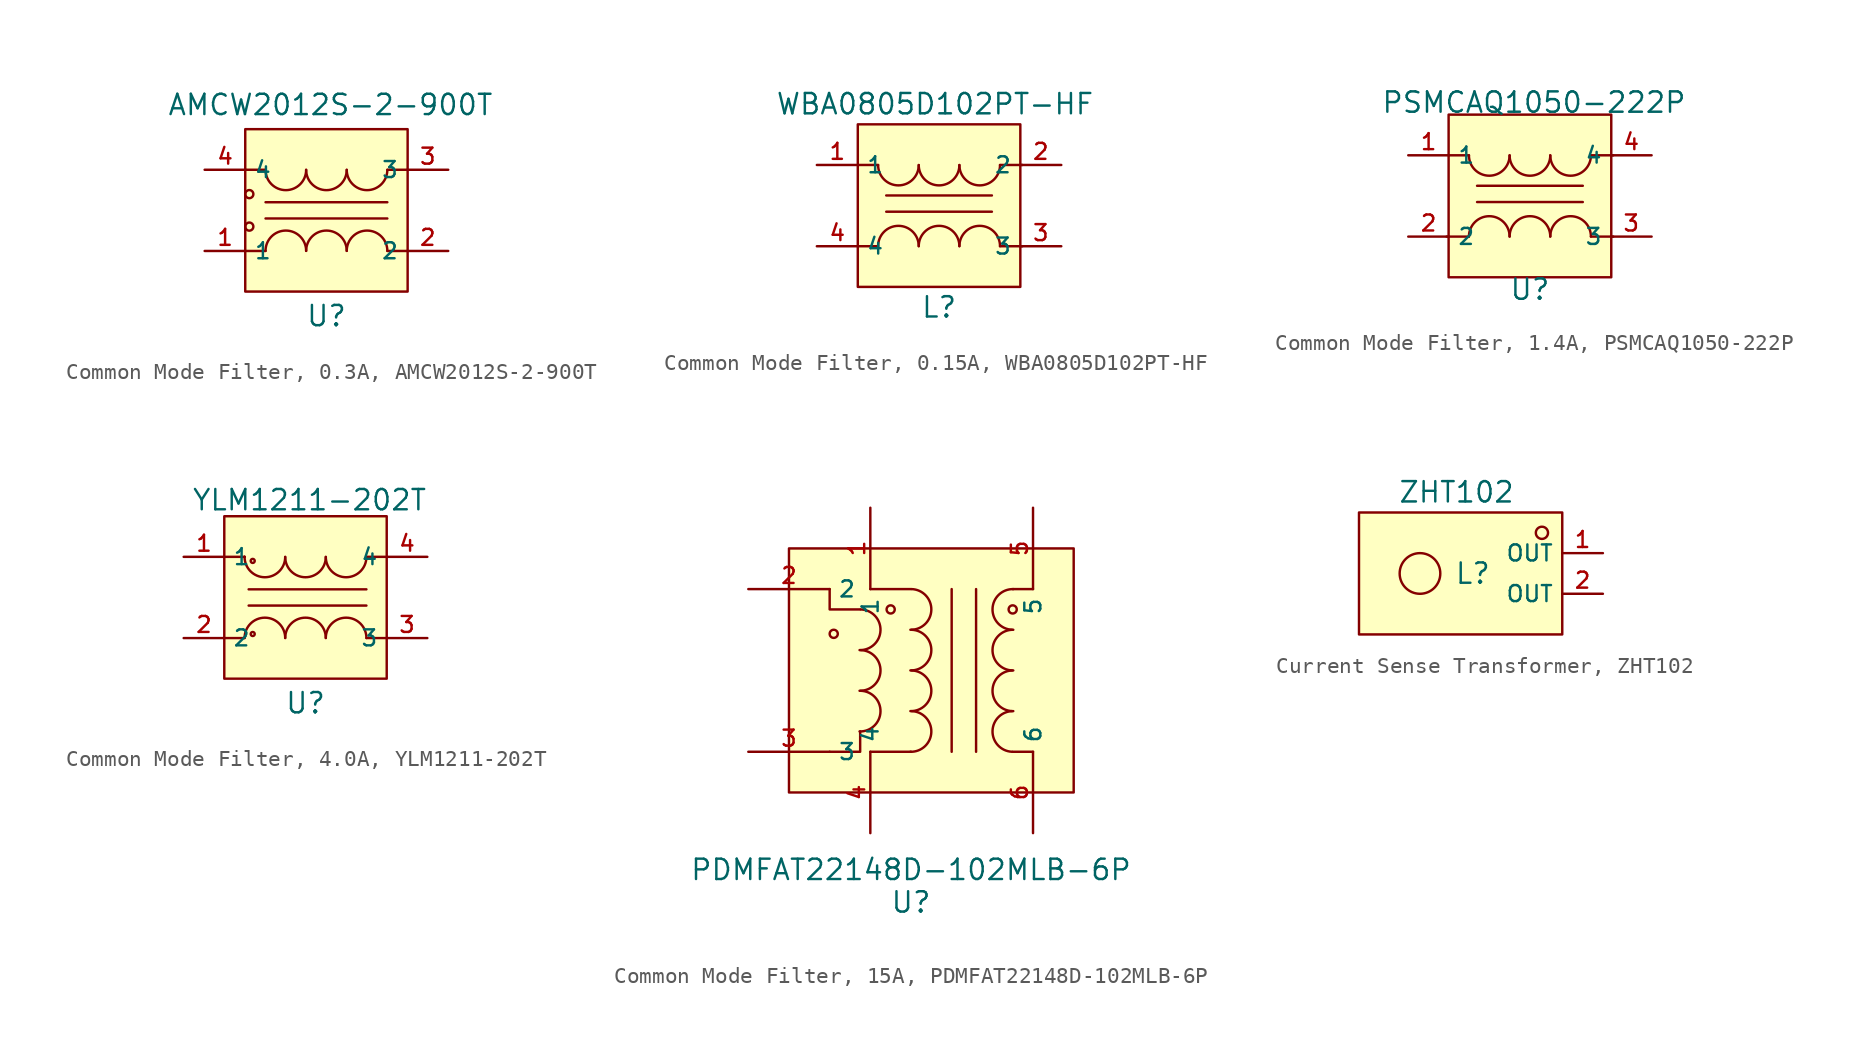
<source format=kicad_sym>
(kicad_symbol_lib
  (version 20231120)
  (generator "kicad_symbol_editor")
  (generator_version "8.0")
  (symbol "Common Mode Filter, 0.3A, AMCW2012S-2-900T"
    (property "Reference" "U"
      (at 0 -6.604 0)
      (effects (font (size 1.27 1.27))))
    (property "Value" "AMCW2012S-2-900T"
      (at 0.254 6.604 0)
      (effects (font (size 1.27 1.27))))
    (symbol "Common Mode Filter, 0.3A, AMCW2012S-2-900T_0_1"
      (circle (center -4.826 -1.016) (radius 0.254) (stroke (width 0) (type default)) (fill (type background)))
      (circle (center -4.826 1.016) (radius 0.254) (stroke (width 0) (type default)) (fill (type background)))
      (arc (start -3.81 2.5345) (mid -2.54 1.27) (end -1.27 2.5345) (stroke (width 0) (type default)) (fill (type none)))
      (arc (start -1.27 -2.5345) (mid -2.54 -1.27) (end -3.81 -2.5345) (stroke (width 0) (type default)) (fill (type none)))
      (arc (start -1.27 2.5345) (mid 0 1.27) (end 1.27 2.5345) (stroke (width 0) (type default)) (fill (type none)))
      (polyline (pts (xy -3.81 -2.54) (xy -5.08 -2.54)) (stroke (width 0) (type default)) (fill (type none)))
      (polyline (pts (xy -3.81 -0.508) (xy 3.81 -0.508)) (stroke (width 0) (type default)) (fill (type none)))
      (polyline (pts (xy -3.81 0.508) (xy 3.81 0.508)) (stroke (width 0) (type default)) (fill (type none)))
      (polyline (pts (xy -3.81 2.54) (xy -5.08 2.54)) (stroke (width 0) (type default)) (fill (type none)))
      (polyline (pts (xy 5.08 -2.54) (xy 3.81 -2.54)) (stroke (width 0) (type default)) (fill (type none)))
      (polyline (pts (xy 5.08 2.54) (xy 3.81 2.54)) (stroke (width 0) (type default)) (fill (type none)))
      (arc (start 1.27 -2.5345) (mid 0 -1.27) (end -1.27 -2.5345) (stroke (width 0) (type default)) (fill (type none)))
      (arc (start 1.27 2.5345) (mid 2.54 1.27) (end 3.81 2.5345) (stroke (width 0) (type default)) (fill (type none)))
      (arc (start 3.81 -2.5345) (mid 2.54 -1.27) (end 1.27 -2.5345) (stroke (width 0) (type default)) (fill (type none))))
    (symbol "Common Mode Filter, 0.3A, AMCW2012S-2-900T_1_1"
      (rectangle (start -5.08 5.08) (end 5.08 -5.08) (stroke (width 0) (type default)) (fill (type background)))
      (pin unspecified line (at -7.62 -2.54 0) (length 2.56) (name "1" (effects (font (size 1 1)))) (number "1" (effects (font (size 1 1)))))
      (pin unspecified line (at 7.62 -2.54 180) (length 2.56) (name "2" (effects (font (size 1 1)))) (number "2" (effects (font (size 1 1)))))
      (pin unspecified line (at 7.62 2.54 180) (length 2.56) (name "3" (effects (font (size 1 1)))) (number "3" (effects (font (size 1 1)))))
      (pin unspecified line (at -7.62 2.54 0) (length 2.56) (name "4" (effects (font (size 1 1)))) (number "4" (effects (font (size 1 1)))))))
  (symbol "Common Mode Filter, 0.15A, WBA0805D102PT-HF"
    (property "Reference" "L"
      (at 0 -6.35 0)
      (effects (font (size 1.27 1.27))))
    (property "Value" "WBA0805D102PT-HF"
      (at -0.254 6.35 0)
      (effects (font (size 1.27 1.27))))
    (symbol "Common Mode Filter, 0.15A, WBA0805D102PT-HF_0_1"
      (arc (start -3.81 2.5345) (mid -2.54 1.27) (end -1.27 2.5345) (stroke (width 0) (type default)) (fill (type none)))
      (arc (start -1.27 -2.5345) (mid -2.54 -1.27) (end -3.81 -2.5345) (stroke (width 0) (type default)) (fill (type none)))
      (arc (start -1.27 2.5345) (mid 0 1.27) (end 1.27 2.5345) (stroke (width 0) (type default)) (fill (type none)))
      (polyline (pts (xy -5.08 2.54) (xy -3.81 2.54)) (stroke (width 0) (type default)) (fill (type none)))
      (polyline (pts (xy -3.81 -2.54) (xy -5.08 -2.54)) (stroke (width 0) (type default)) (fill (type none)))
      (polyline (pts (xy -3.302 -0.381) (xy 3.302 -0.381)) (stroke (width 0) (type default)) (fill (type none)))
      (polyline (pts (xy -3.302 0.635) (xy 3.302 0.635)) (stroke (width 0) (type default)) (fill (type none)))
      (polyline (pts (xy 3.81 -2.54) (xy 5.207 -2.54)) (stroke (width 0) (type default)) (fill (type none)))
      (polyline (pts (xy 3.81 2.54) (xy 5.207 2.54)) (stroke (width 0) (type default)) (fill (type none)))
      (arc (start 1.27 -2.5345) (mid 0 -1.27) (end -1.27 -2.5345) (stroke (width 0) (type default)) (fill (type none)))
      (arc (start 1.27 2.5345) (mid 2.54 1.27) (end 3.81 2.5345) (stroke (width 0) (type default)) (fill (type none)))
      (arc (start 3.81 -2.5345) (mid 2.54 -1.27) (end 1.27 -2.5345) (stroke (width 0) (type default)) (fill (type none))))
    (symbol "Common Mode Filter, 0.15A, WBA0805D102PT-HF_1_1"
      (rectangle (start -5.08 5.08) (end 5.08 -5.08) (stroke (width 0) (type default)) (fill (type background)))
      (pin unspecified line (at -7.64 2.54 0) (length 2.56) (name "1" (effects (font (size 1 1)))) (number "1" (effects (font (size 1 1)))))
      (pin unspecified line (at 7.64 2.54 180) (length 2.56) (name "2" (effects (font (size 1 1)))) (number "2" (effects (font (size 1 1)))))
      (pin unspecified line (at 7.64 -2.54 180) (length 2.56) (name "3" (effects (font (size 1 1)))) (number "3" (effects (font (size 1 1)))))
      (pin unspecified line (at -7.64 -2.54 0) (length 2.56) (name "4" (effects (font (size 1 1)))) (number "4" (effects (font (size 1 1)))))))
  (symbol "Common Mode Filter, 1.4A, PSMCAQ1050-222P"
    (property "Reference" "U"
      (at 0 -5.842 0)
      (effects (font (size 1.27 1.27))))
    (property "Value" "PSMCAQ1050-222P"
      (at 0.254 5.842 0)
      (effects (font (size 1.27 1.27))))
    (symbol "Common Mode Filter, 1.4A, PSMCAQ1050-222P_0_1"
      (arc (start -3.81 2.5345) (mid -2.54 1.27) (end -1.27 2.5345) (stroke (width 0) (type default)) (fill (type none)))
      (arc (start -1.27 -2.5345) (mid -2.54 -1.27) (end -3.81 -2.5345) (stroke (width 0) (type default)) (fill (type none)))
      (arc (start -1.27 2.5345) (mid 0 1.27) (end 1.27 2.5345) (stroke (width 0) (type default)) (fill (type none)))
      (polyline (pts (xy -5.08 2.54) (xy -3.81 2.54)) (stroke (width 0) (type default)) (fill (type none)))
      (polyline (pts (xy -3.81 -2.54) (xy -5.207 -2.54)) (stroke (width 0) (type default)) (fill (type none)))
      (polyline (pts (xy -3.302 -0.381) (xy 3.302 -0.381)) (stroke (width 0) (type default)) (fill (type none)))
      (polyline (pts (xy -3.302 0.635) (xy 3.302 0.635)) (stroke (width 0) (type default)) (fill (type none)))
      (polyline (pts (xy 3.81 -2.54) (xy 5.207 -2.54)) (stroke (width 0) (type default)) (fill (type none)))
      (polyline (pts (xy 3.81 2.54) (xy 5.207 2.54)) (stroke (width 0) (type default)) (fill (type none)))
      (arc (start 1.27 -2.5345) (mid 0 -1.27) (end -1.27 -2.5345) (stroke (width 0) (type default)) (fill (type none)))
      (arc (start 1.27 2.5345) (mid 2.54 1.27) (end 3.81 2.5345) (stroke (width 0) (type default)) (fill (type none)))
      (arc (start 3.81 -2.5345) (mid 2.54 -1.27) (end 1.27 -2.5345) (stroke (width 0) (type default)) (fill (type none))))
    (symbol "Common Mode Filter, 1.4A, PSMCAQ1050-222P_1_1"
      (rectangle (start -5.08 5.08) (end 5.08 -5.08) (stroke (width 0) (type default)) (fill (type background)))
      (pin unspecified line (at -7.6 2.54 0) (length 2.54) (name "1" (effects (font (size 1 1)))) (number "1" (effects (font (size 1 1)))))
      (pin unspecified line (at -7.6 -2.54 0) (length 2.54) (name "2" (effects (font (size 1 1)))) (number "2" (effects (font (size 1 1)))))
      (pin unspecified line (at 7.6 -2.54 180) (length 2.54) (name "3" (effects (font (size 1 1)))) (number "3" (effects (font (size 1 1)))))
      (pin unspecified line (at 7.6 2.54 180) (length 2.54) (name "4" (effects (font (size 1 1)))) (number "4" (effects (font (size 1 1)))))))
  (symbol "Common Mode Filter, 4.0A, YLM1211-202T"
    (property "Reference" "U"
      (at 0 -6.604 0)
      (effects (font (size 1.27 1.27))))
    (property "Value" "YLM1211-202T"
      (at 0.254 6.096 0)
      (effects (font (size 1.27 1.27))))
    (symbol "Common Mode Filter, 4.0A, YLM1211-202T_0_1"
      (arc (start -3.81 2.5345) (mid -2.54 1.27) (end -1.27 2.5345) (stroke (width 0) (type default)) (fill (type none)))
      (circle (center -3.302 -2.286) (radius 0.127) (stroke (width 0) (type default)) (fill (type background)))
      (circle (center -3.302 2.286) (radius 0.127) (stroke (width 0) (type default)) (fill (type background)))
      (arc (start -1.27 -2.5345) (mid -2.54 -1.27) (end -3.81 -2.5345) (stroke (width 0) (type default)) (fill (type none)))
      (arc (start -1.27 2.5345) (mid 0 1.27) (end 1.27 2.5345) (stroke (width 0) (type default)) (fill (type none)))
      (polyline (pts (xy -3.81 -2.54) (xy -5.08 -2.54)) (stroke (width 0) (type default)) (fill (type none)))
      (polyline (pts (xy -3.81 2.54) (xy -5.08 2.54)) (stroke (width 0) (type default)) (fill (type none)))
      (polyline (pts (xy -3.81 2.54) (xy -3.81 2.54)) (stroke (width 0) (type default)) (fill (type none)))
      (polyline (pts (xy -3.81 2.54) (xy -3.81 2.54)) (stroke (width 0) (type default)) (fill (type none)))
      (polyline (pts (xy -3.556 -0.508) (xy 3.81 -0.508)) (stroke (width 0) (type default)) (fill (type none)))
      (polyline (pts (xy -3.556 0.508) (xy 3.81 0.508)) (stroke (width 0) (type default)) (fill (type none)))
      (polyline (pts (xy 3.81 2.54) (xy 5.08 2.54)) (stroke (width 0) (type default)) (fill (type none)))
      (polyline (pts (xy 5.08 -2.54) (xy 3.81 -2.54)) (stroke (width 0) (type default)) (fill (type none)))
      (arc (start 1.27 -2.5345) (mid 0 -1.27) (end -1.27 -2.5345) (stroke (width 0) (type default)) (fill (type none)))
      (arc (start 1.27 2.5345) (mid 2.54 1.27) (end 3.81 2.5345) (stroke (width 0) (type default)) (fill (type none)))
      (arc (start 3.81 -2.5345) (mid 2.54 -1.27) (end 1.27 -2.5345) (stroke (width 0) (type default)) (fill (type none))))
    (symbol "Common Mode Filter, 4.0A, YLM1211-202T_1_1"
      (rectangle (start -5.08 5.08) (end 5.08 -5.08) (stroke (width 0) (type default)) (fill (type background)))
      (pin unspecified line (at -7.62 2.54 0) (length 2.54) (name "1" (effects (font (size 1 1)))) (number "1" (effects (font (size 1 1)))))
      (pin unspecified line (at -7.62 -2.54 0) (length 2.54) (name "2" (effects (font (size 1 1)))) (number "2" (effects (font (size 1 1)))))
      (pin unspecified line (at 7.62 -2.54 180) (length 2.54) (name "3" (effects (font (size 1 1)))) (number "3" (effects (font (size 1 1)))))
      (pin unspecified line (at 7.62 2.54 180) (length 2.54) (name "4" (effects (font (size 1 1)))) (number "4" (effects (font (size 1 1)))))))
  (symbol "Common Mode Filter, 15A, PDMFAT22148D-102MLB-6P"
    (property "Reference" "U"
      (at 0 -14.478 0)
      (effects (font (size 1.27 1.27))))
    (property "Value" "PDMFAT22148D-102MLB-6P"
      (at 0 -12.446 0)
      (effects (font (size 1.27 1.27))))
    (symbol "Common Mode Filter, 15A, PDMFAT22148D-102MLB-6P_0_1"
      (circle (center -4.826 2.286) (radius 0.254) (stroke (width 0) (type default)) (fill (type background)))
      (arc (start -3.2125 -3.8095) (mid -1.9055 -2.5775) (end -3.1375 -1.2706) (stroke (width 0) (type default)) (fill (type none)))
      (arc (start -3.2125 -1.2694) (mid -1.9056 -0.0375) (end -3.1375 1.2695) (stroke (width 0) (type default)) (fill (type none)))
      (arc (start -3.2125 1.2706) (mid -1.9056 2.5025) (end -3.1375 3.8095) (stroke (width 0) (type default)) (fill (type none)))
      (circle (center -1.27 3.81) (radius 0.254) (stroke (width 0) (type default)) (fill (type background)))
      (arc (start -0.0375 -5.0795) (mid 1.2695 -3.8475) (end 0.0375 -2.5406) (stroke (width 0) (type default)) (fill (type none)))
      (arc (start -0.0375 -2.5395) (mid 1.2695 -1.3075) (end 0.0375 -0.0006) (stroke (width 0) (type default)) (fill (type none)))
      (arc (start -0.0375 0.0005) (mid 1.2695 1.2325) (end 0.0375 2.5394) (stroke (width 0) (type default)) (fill (type none)))
      (arc (start -0.0375 2.5405) (mid 1.2695 3.7725) (end 0.0375 5.0794) (stroke (width 0) (type default)) (fill (type none)))
      (polyline (pts (xy -2.54 -5.08) (xy 0 -5.08)) (stroke (width 0) (type default)) (fill (type none)))
      (polyline (pts (xy -2.54 5.08) (xy 0 5.08)) (stroke (width 0) (type default)) (fill (type none)))
      (polyline (pts (xy 2.54 5.08) (xy 2.54 -5.08)) (stroke (width 0) (type default)) (fill (type none)))
      (polyline (pts (xy 4.064 5.08) (xy 4.064 -5.08)) (stroke (width 0) (type default)) (fill (type none)))
      (polyline (pts (xy 7.62 -5.08) (xy 6.35 -5.08)) (stroke (width 0) (type default)) (fill (type none)))
      (polyline (pts (xy 7.62 5.08) (xy 6.35 5.08)) (stroke (width 0) (type default)) (fill (type none)))
      (polyline (pts (xy -5.08 -5.08) (xy -3.175 -5.08) (xy -3.175 -3.81)) (stroke (width 0) (type default)) (fill (type none)))
      (polyline (pts (xy -5.08 5.08) (xy -5.08 3.81) (xy -3.175 3.81)) (stroke (width 0) (type default)) (fill (type none)))
      (circle (center 6.35 3.81) (radius 0.254) (stroke (width 0) (type default)) (fill (type background)))
      (arc (start 6.3875 -2.5405) (mid 5.0805 -3.7725) (end 6.3125 -5.0794) (stroke (width 0) (type default)) (fill (type none)))
      (arc (start 6.3875 -0.0005) (mid 5.0805 -1.2325) (end 6.3125 -2.5394) (stroke (width 0) (type default)) (fill (type none)))
      (arc (start 6.3875 2.5395) (mid 5.0805 1.3075) (end 6.3125 0.0006) (stroke (width 0) (type default)) (fill (type none)))
      (arc (start 6.3875 5.0795) (mid 5.0805 3.8475) (end 6.3125 2.5406) (stroke (width 0) (type default)) (fill (type none)))
      (pin unspecified line (at -2.54 10.16 270) (length 5.08) (name "1" (effects (font (size 1 1)))) (number "1" (effects (font (size 1 1)))))
      (pin unspecified line (at -10.16 5.08 0) (length 5.08) (name "2" (effects (font (size 1 1)))) (number "2" (effects (font (size 1 1)))))
      (pin unspecified line (at -10.16 -5.08 0) (length 5.08) (name "3" (effects (font (size 1 1)))) (number "3" (effects (font (size 1 1)))))
      (pin unspecified line (at -2.54 -10.16 90) (length 5.08) (name "4" (effects (font (size 1 1)))) (number "4" (effects (font (size 1 1)))))
      (pin unspecified line (at 7.62 10.16 270) (length 5.08) (name "5" (effects (font (size 1 1)))) (number "5" (effects (font (size 1 1)))))
      (pin unspecified line (at 7.62 -10.16 90) (length 5.08) (name "6" (effects (font (size 1 1)))) (number "6" (effects (font (size 1 1))))))
    (symbol "Common Mode Filter, 15A, PDMFAT22148D-102MLB-6P_1_1"
      (rectangle (start -7.62 7.62) (end 10.16 -7.62) (stroke (width 0) (type default)) (fill (type background)))))
  (symbol "Current Sense Transformer, ZHT102"
    (property "Reference" "L"
      (at -0.508 1.27 0)
      (effects (font (size 1.27 1.27))))
    (property "Value" "ZHT102"
      (at -1.524 6.35 0)
      (effects (font (size 1.27 1.27))))
    (symbol "Current Sense Transformer, ZHT102_0_1"
      (rectangle (start -7.62 5.08) (end 5.08 -2.54) (stroke (width 0) (type default)) (fill (type background)))
      (circle (center -3.81 1.27) (radius 1.27) (stroke (width 0) (type default)) (fill (type background)))
      (circle (center 3.81 3.81) (radius 0.381) (stroke (width 0) (type default)) (fill (type background)))
      (pin unspecified line (at 7.62 2.54 180) (length 2.54) (name "OUT" (effects (font (size 1 1)))) (number "1" (effects (font (size 1 1)))))
      (pin unspecified line (at 7.62 0 180) (length 2.54) (name "OUT" (effects (font (size 1 1)))) (number "2" (effects (font (size 1 1))))))))
</source>
